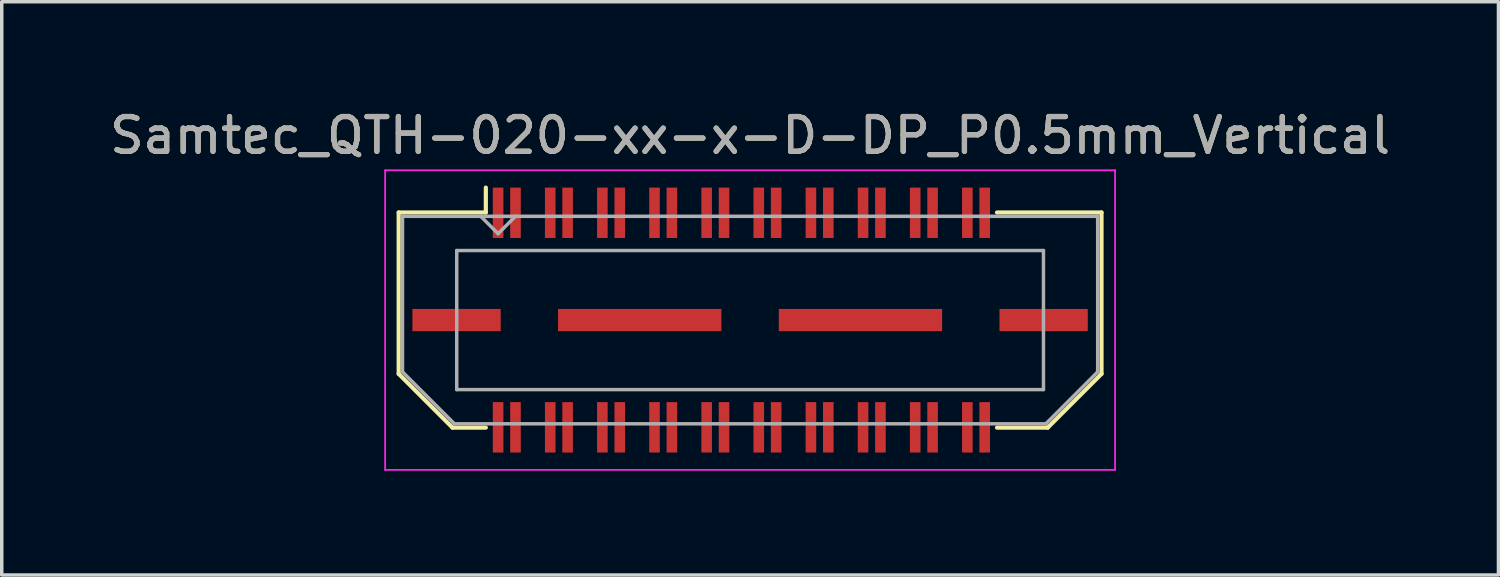
<source format=kicad_pcb>
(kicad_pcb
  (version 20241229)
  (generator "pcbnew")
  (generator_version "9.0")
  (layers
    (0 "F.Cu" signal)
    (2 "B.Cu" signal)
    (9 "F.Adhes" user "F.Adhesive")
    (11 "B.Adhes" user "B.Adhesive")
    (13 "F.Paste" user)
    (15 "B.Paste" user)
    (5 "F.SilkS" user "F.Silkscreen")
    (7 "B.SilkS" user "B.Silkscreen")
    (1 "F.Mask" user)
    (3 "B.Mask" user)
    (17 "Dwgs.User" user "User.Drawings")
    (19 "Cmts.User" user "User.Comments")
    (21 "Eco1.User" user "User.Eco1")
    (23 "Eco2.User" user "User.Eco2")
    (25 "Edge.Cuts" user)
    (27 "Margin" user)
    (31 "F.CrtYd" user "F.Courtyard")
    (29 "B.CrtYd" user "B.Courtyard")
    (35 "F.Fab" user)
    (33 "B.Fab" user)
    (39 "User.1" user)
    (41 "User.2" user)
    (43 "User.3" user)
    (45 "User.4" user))
  (footprint "Samtec_QTH-020-xx-x-D-DP_P0.5mm_Vertical"
    (layer "F.Cu")
    (at 18.53 6.158)
    (property "Reference" "Samtec_QTH-020-xx-x-D-DP_P0.5mm_Vertical" (at 0 -5.31 0) (layer "F.SilkS") (effects (font (size 1 1) (thickness 0.15))))
    (attr smd)
    (fp_line (start -10.11 -3.095) (end -10.11 1.548) (stroke (width 0.12) (type solid)) (layer "F.SilkS"))
    (fp_line (start -10.11 1.548) (end -8.562 3.095) (stroke (width 0.12) (type solid)) (layer "F.SilkS"))
    (fp_line (start -8.562 3.095) (end -7.603 3.095) (stroke (width 0.12) (type solid)) (layer "F.SilkS"))
    (fp_line (start -7.603 -3.811) (end -7.603 -3.095) (stroke (width 0.12) (type solid)) (layer "F.SilkS"))
    (fp_line (start -7.603 -3.095) (end -10.11 -3.095) (stroke (width 0.12) (type solid)) (layer "F.SilkS"))
    (fp_line (start 7.103 -3.095) (end 10.11 -3.095) (stroke (width 0.12) (type solid)) (layer "F.SilkS"))
    (fp_line (start 8.562 3.095) (end 7.103 3.095) (stroke (width 0.12) (type solid)) (layer "F.SilkS"))
    (fp_line (start 10.11 -3.095) (end 10.11 1.548) (stroke (width 0.12) (type solid)) (layer "F.SilkS"))
    (fp_line (start 10.11 1.548) (end 8.562 3.095) (stroke (width 0.12) (type solid)) (layer "F.SilkS"))
    (fp_line (start -10.5 -4.31) (end -10.5 4.31) (stroke (width 0.05) (type solid)) (layer "F.CrtYd"))
    (fp_line (start -10.5 4.31) (end 10.5 4.31) (stroke (width 0.05) (type solid)) (layer "F.CrtYd"))
    (fp_line (start 10.5 -4.31) (end -10.5 -4.31) (stroke (width 0.05) (type solid)) (layer "F.CrtYd"))
    (fp_line (start 10.5 4.31) (end 10.5 -4.31) (stroke (width 0.05) (type solid)) (layer "F.CrtYd"))
    (fp_line (start -10 -2.985) (end -10 1.492) (stroke (width 0.1) (type solid)) (layer "F.Fab"))
    (fp_line (start -10 -2.985) (end 10 -2.985) (stroke (width 0.1) (type solid)) (layer "F.Fab"))
    (fp_line (start -10 1.492) (end -8.508 2.985) (stroke (width 0.1) (type solid)) (layer "F.Fab"))
    (fp_line (start -8.508 2.985) (end 8.508 2.985) (stroke (width 0.1) (type solid)) (layer "F.Fab"))
    (fp_line (start -8.44 -2) (end -8.44 2) (stroke (width 0.1) (type solid)) (layer "F.Fab"))
    (fp_line (start -8.44 2) (end 8.44 2) (stroke (width 0.1) (type solid)) (layer "F.Fab"))
    (fp_line (start -7.25 -2.485) (end -7.75 -2.985) (stroke (width 0.1) (type solid)) (layer "F.Fab"))
    (fp_line (start -6.75 -2.985) (end -7.25 -2.485) (stroke (width 0.1) (type solid)) (layer "F.Fab"))
    (fp_line (start 8.44 -2) (end -8.44 -2) (stroke (width 0.1) (type solid)) (layer "F.Fab"))
    (fp_line (start 8.44 2) (end 8.44 -2) (stroke (width 0.1) (type solid)) (layer "F.Fab"))
    (fp_line (start 10 -2.985) (end 10 1.492) (stroke (width 0.1) (type solid)) (layer "F.Fab"))
    (fp_line (start 10 1.492) (end 8.508 2.985) (stroke (width 0.1) (type solid)) (layer "F.Fab"))
    (fp_text user "${REFERENCE}" (at 0 -5.31 0) (layer "F.Fab") (effects (font (size 1 1) (thickness 0.15))))
    (pad "1" smd rect (at -7.25 -3.086) (size 0.305 1.45) (layers "F.Cu" "F.Mask" "F.Paste"))
    (pad "2" smd rect (at -7.25 3.086) (size 0.305 1.45) (layers "F.Cu" "F.Mask" "F.Paste"))
    (pad "3" smd rect (at -6.75 -3.086) (size 0.305 1.45) (layers "F.Cu" "F.Mask" "F.Paste"))
    (pad "4" smd rect (at -6.75 3.086) (size 0.305 1.45) (layers "F.Cu" "F.Mask" "F.Paste"))
    (pad "5" smd rect (at -5.75 -3.086) (size 0.305 1.45) (layers "F.Cu" "F.Mask" "F.Paste"))
    (pad "6" smd rect (at -5.75 3.086) (size 0.305 1.45) (layers "F.Cu" "F.Mask" "F.Paste"))
    (pad "7" smd rect (at -5.25 -3.086) (size 0.305 1.45) (layers "F.Cu" "F.Mask" "F.Paste"))
    (pad "8" smd rect (at -5.25 3.086) (size 0.305 1.45) (layers "F.Cu" "F.Mask" "F.Paste"))
    (pad "9" smd rect (at -4.25 -3.086) (size 0.305 1.45) (layers "F.Cu" "F.Mask" "F.Paste"))
    (pad "10" smd rect (at -4.25 3.086) (size 0.305 1.45) (layers "F.Cu" "F.Mask" "F.Paste"))
    (pad "11" smd rect (at -3.75 -3.086) (size 0.305 1.45) (layers "F.Cu" "F.Mask" "F.Paste"))
    (pad "12" smd rect (at -3.75 3.086) (size 0.305 1.45) (layers "F.Cu" "F.Mask" "F.Paste"))
    (pad "13" smd rect (at -2.75 -3.086) (size 0.305 1.45) (layers "F.Cu" "F.Mask" "F.Paste"))
    (pad "14" smd rect (at -2.75 3.086) (size 0.305 1.45) (layers "F.Cu" "F.Mask" "F.Paste"))
    (pad "15" smd rect (at -2.25 -3.086) (size 0.305 1.45) (layers "F.Cu" "F.Mask" "F.Paste"))
    (pad "16" smd rect (at -2.25 3.086) (size 0.305 1.45) (layers "F.Cu" "F.Mask" "F.Paste"))
    (pad "17" smd rect (at -1.25 -3.086) (size 0.305 1.45) (layers "F.Cu" "F.Mask" "F.Paste"))
    (pad "18" smd rect (at -1.25 3.086) (size 0.305 1.45) (layers "F.Cu" "F.Mask" "F.Paste"))
    (pad "19" smd rect (at -0.75 -3.086) (size 0.305 1.45) (layers "F.Cu" "F.Mask" "F.Paste"))
    (pad "20" smd rect (at -0.75 3.086) (size 0.305 1.45) (layers "F.Cu" "F.Mask" "F.Paste"))
    (pad "21" smd rect (at 0.25 -3.086) (size 0.305 1.45) (layers "F.Cu" "F.Mask" "F.Paste"))
    (pad "22" smd rect (at 0.25 3.086) (size 0.305 1.45) (layers "F.Cu" "F.Mask" "F.Paste"))
    (pad "23" smd rect (at 0.75 -3.086) (size 0.305 1.45) (layers "F.Cu" "F.Mask" "F.Paste"))
    (pad "24" smd rect (at 0.75 3.086) (size 0.305 1.45) (layers "F.Cu" "F.Mask" "F.Paste"))
    (pad "25" smd rect (at 1.75 -3.086) (size 0.305 1.45) (layers "F.Cu" "F.Mask" "F.Paste"))
    (pad "26" smd rect (at 1.75 3.086) (size 0.305 1.45) (layers "F.Cu" "F.Mask" "F.Paste"))
    (pad "27" smd rect (at 2.25 -3.086) (size 0.305 1.45) (layers "F.Cu" "F.Mask" "F.Paste"))
    (pad "28" smd rect (at 2.25 3.086) (size 0.305 1.45) (layers "F.Cu" "F.Mask" "F.Paste"))
    (pad "29" smd rect (at 3.25 -3.086) (size 0.305 1.45) (layers "F.Cu" "F.Mask" "F.Paste"))
    (pad "30" smd rect (at 3.25 3.086) (size 0.305 1.45) (layers "F.Cu" "F.Mask" "F.Paste"))
    (pad "31" smd rect (at 3.75 -3.086) (size 0.305 1.45) (layers "F.Cu" "F.Mask" "F.Paste"))
    (pad "32" smd rect (at 3.75 3.086) (size 0.305 1.45) (layers "F.Cu" "F.Mask" "F.Paste"))
    (pad "33" smd rect (at 4.75 -3.086) (size 0.305 1.45) (layers "F.Cu" "F.Mask" "F.Paste"))
    (pad "34" smd rect (at 4.75 3.086) (size 0.305 1.45) (layers "F.Cu" "F.Mask" "F.Paste"))
    (pad "35" smd rect (at 5.25 -3.086) (size 0.305 1.45) (layers "F.Cu" "F.Mask" "F.Paste"))
    (pad "36" smd rect (at 5.25 3.086) (size 0.305 1.45) (layers "F.Cu" "F.Mask" "F.Paste"))
    (pad "37" smd rect (at 6.25 -3.086) (size 0.305 1.45) (layers "F.Cu" "F.Mask" "F.Paste"))
    (pad "38" smd rect (at 6.25 3.086) (size 0.305 1.45) (layers "F.Cu" "F.Mask" "F.Paste"))
    (pad "39" smd rect (at 6.75 -3.086) (size 0.305 1.45) (layers "F.Cu" "F.Mask" "F.Paste"))
    (pad "40" smd rect (at 6.75 3.086) (size 0.305 1.45) (layers "F.Cu" "F.Mask" "F.Paste"))
    (pad "P1" smd rect (at -8.445 0) (size 2.54 0.64) (layers "F.Cu" "F.Mask" "F.Paste"))
    (pad "P1" smd rect (at -3.175 0) (size 4.7 0.64) (layers "F.Cu" "F.Mask" "F.Paste"))
    (pad "P1" smd rect (at 3.175 0) (size 4.7 0.64) (layers "F.Cu" "F.Mask" "F.Paste"))
    (pad "P1" smd rect (at 8.445 0) (size 2.54 0.64) (layers "F.Cu" "F.Mask" "F.Paste")))
  (gr_rect
    (start -3 -3)
    (end 40.06 13.493)
    (stroke (width 0.1) (type default))
    (fill no)
    (layer "Edge.Cuts")))
</source>
